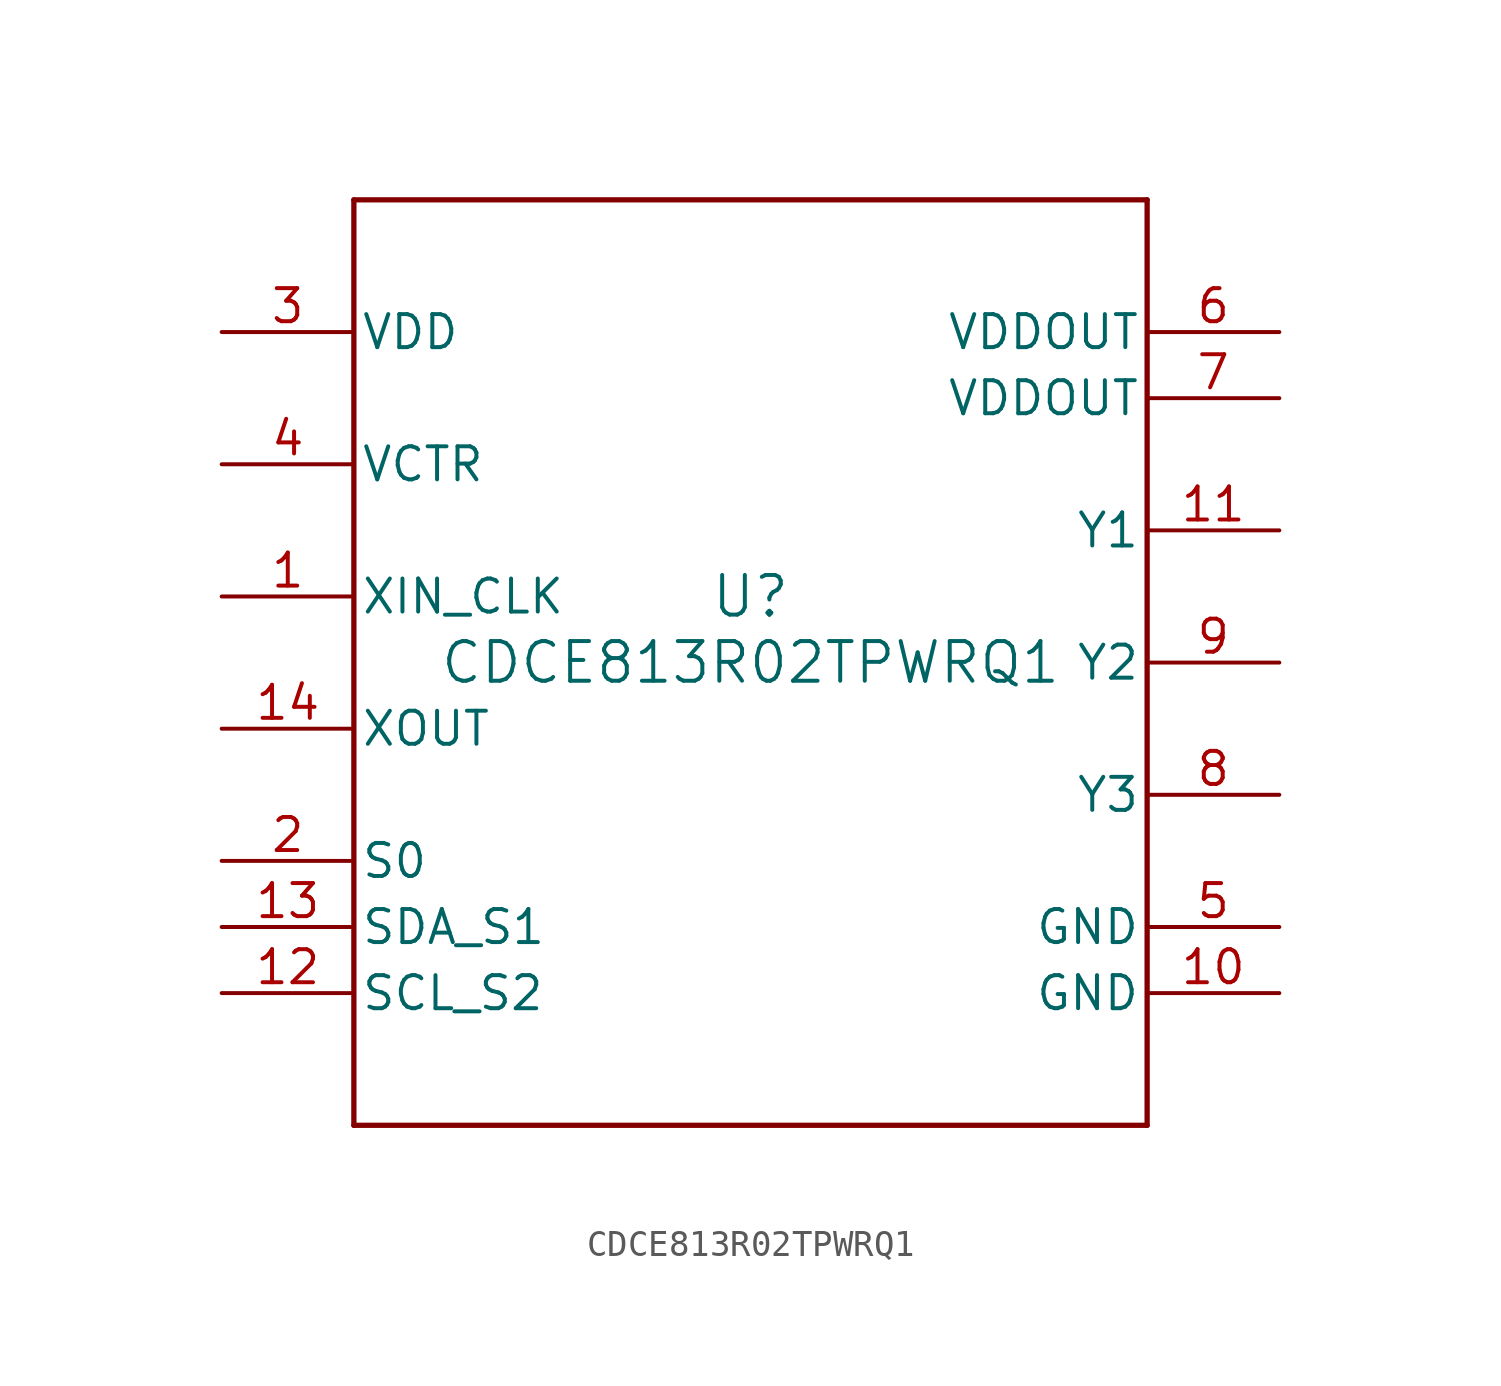
<source format=kicad_sym>
(kicad_symbol_lib
  (version 20211014)
  (generator kicad_symbol_editor)
  (symbol "CDCE813R02TPWRQ1"
    (pin_names
      (offset 0.254))
    (property "Reference" "U"
      (at 0 2.54 0)
      (effects (font (size 1.524 1.524))))
    (property "Value" "CDCE813R02TPWRQ1"
      (at 0 0 0)
      (effects (font (size 1.524 1.524))))
    (symbol "CDCE813R02TPWRQ1_0_1"
      (polyline (pts (xy -15.24 -17.78) (xy 15.24 -17.78)) (stroke (width 0.203) (type default) (color 0 0 0 0)) (fill (type none)))
      (polyline (pts (xy 15.24 -17.78) (xy 15.24 17.78)) (stroke (width 0.203) (type default) (color 0 0 0 0)) (fill (type none)))
      (polyline (pts (xy 15.24 17.78) (xy -15.24 17.78)) (stroke (width 0.203) (type default) (color 0 0 0 0)) (fill (type none)))
      (polyline (pts (xy -15.24 17.78) (xy -15.24 -17.78)) (stroke (width 0.203) (type default) (color 0 0 0 0)) (fill (type none)))
      (pin input line (at -20.32 2.54 0) (length 5.08) (name "XIN_CLK" (effects (font (size 1.27 1.27)))) (number "1" (effects (font (size 1.27 1.27)))))
      (pin input line (at -20.32 -7.62 0) (length 5.08) (name "S0" (effects (font (size 1.27 1.27)))) (number "2" (effects (font (size 1.27 1.27)))))
      (pin power_in line (at -20.32 12.7 0) (length 5.08) (name "VDD" (effects (font (size 1.27 1.27)))) (number "3" (effects (font (size 1.27 1.27)))))
      (pin input line (at -20.32 7.62 0) (length 5.08) (name "VCTR" (effects (font (size 1.27 1.27)))) (number "4" (effects (font (size 1.27 1.27)))))
      (pin power_in line (at 20.32 -10.16 180) (length 5.08) (name "GND" (effects (font (size 1.27 1.27)))) (number "5" (effects (font (size 1.27 1.27)))))
      (pin power_in line (at 20.32 12.7 180) (length 5.08) (name "VDDOUT" (effects (font (size 1.27 1.27)))) (number "6" (effects (font (size 1.27 1.27)))))
      (pin power_in line (at 20.32 10.16 180) (length 5.08) (name "VDDOUT" (effects (font (size 1.27 1.27)))) (number "7" (effects (font (size 1.27 1.27)))))
      (pin output line (at 20.32 -5.08 180) (length 5.08) (name "Y3" (effects (font (size 1.27 1.27)))) (number "8" (effects (font (size 1.27 1.27)))))
      (pin output line (at 20.32 0 180) (length 5.08) (name "Y2" (effects (font (size 1.27 1.27)))) (number "9" (effects (font (size 1.27 1.27)))))
      (pin power_in line (at 20.32 -12.7 180) (length 5.08) (name "GND" (effects (font (size 1.27 1.27)))) (number "10" (effects (font (size 1.27 1.27)))))
      (pin output line (at 20.32 5.08 180) (length 5.08) (name "Y1" (effects (font (size 1.27 1.27)))) (number "11" (effects (font (size 1.27 1.27)))))
      (pin input line (at -20.32 -12.7 0) (length 5.08) (name "SCL_S2" (effects (font (size 1.27 1.27)))) (number "12" (effects (font (size 1.27 1.27)))))
      (pin bidirectional line (at -20.32 -10.16 0) (length 5.08) (name "SDA_S1" (effects (font (size 1.27 1.27)))) (number "13" (effects (font (size 1.27 1.27)))))
      (pin output line (at -20.32 -2.54 0) (length 5.08) (name "XOUT" (effects (font (size 1.27 1.27)))) (number "14" (effects (font (size 1.27 1.27))))))))
</source>
